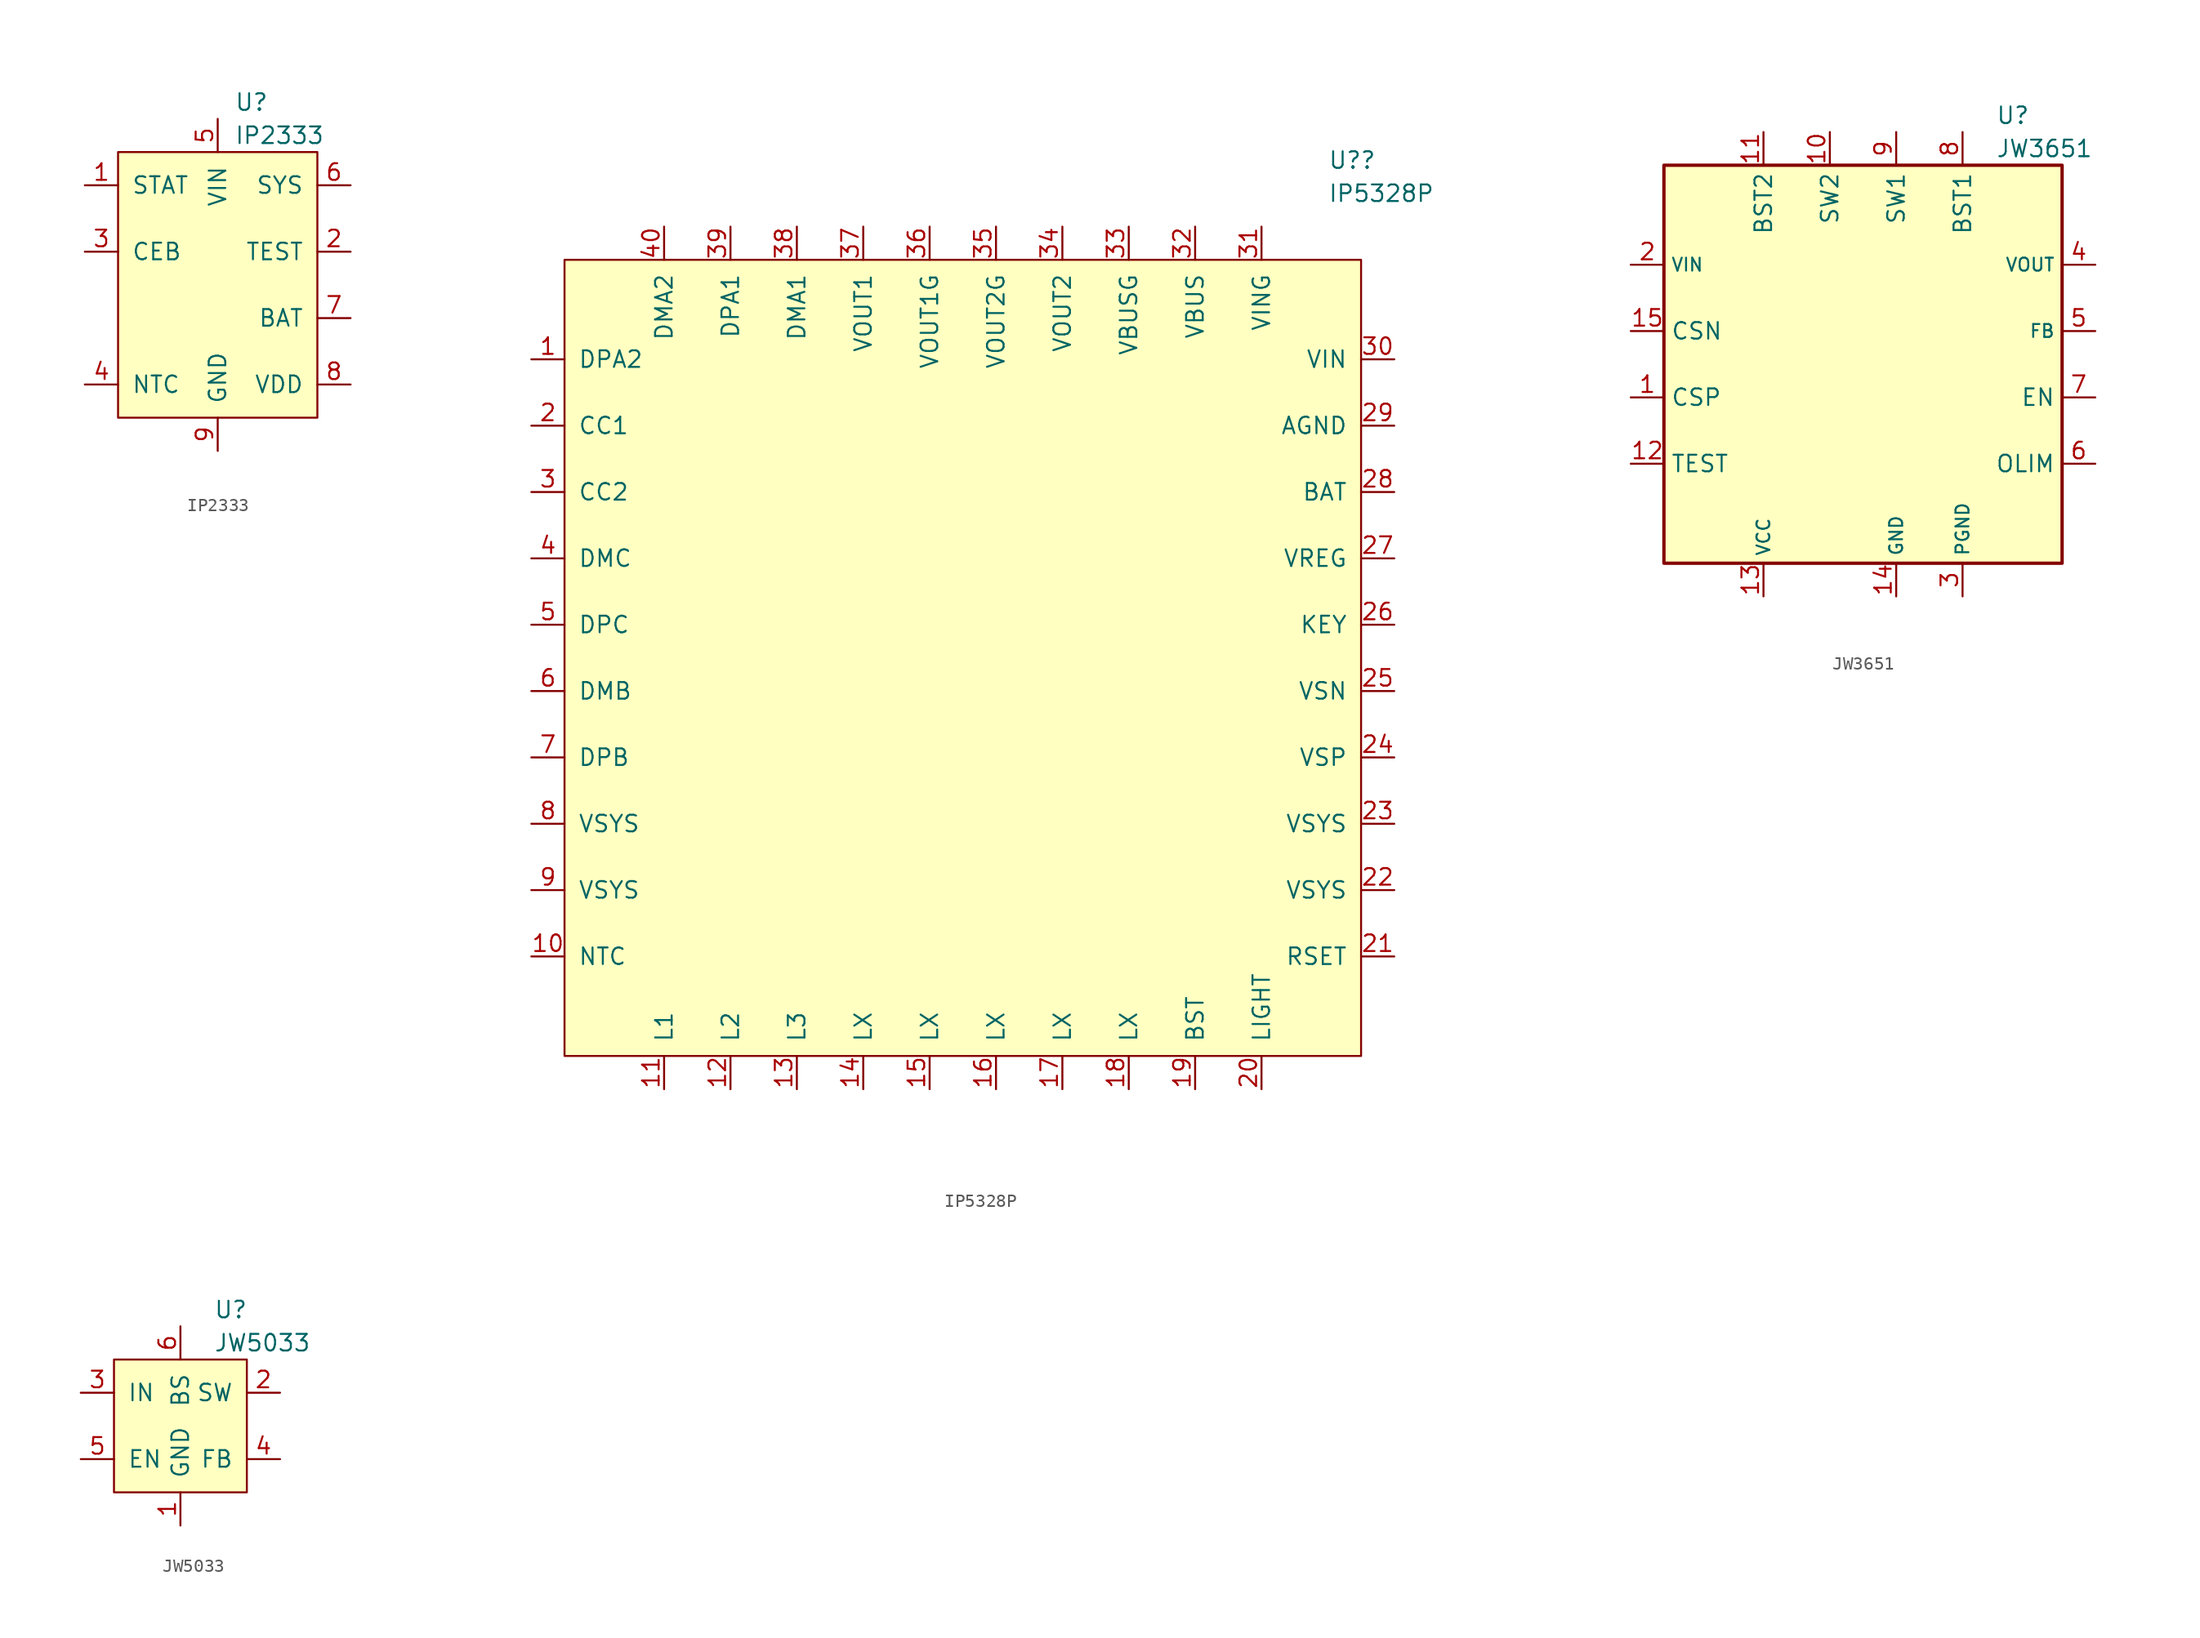
<source format=kicad_sym>
(kicad_symbol_lib
  (version 20241209)
  (generator "kicad_symbol_editor")
  (generator_version "9.0")
  (symbol "IP2333"
    (pin_names
      (offset 1.016))
    (property "Reference" "U"
      (at 1.27 13.97 0)
      (effects (font (size 1.27 1.27)) (justify left)))
    (property "Value" "IP2333"
      (at 1.27 11.43 0)
      (effects (font (size 1.27 1.27)) (justify left)))
    (symbol "IP2333_0_1"
      (rectangle (start -7.62 10.16) (end 7.62 -10.16) (stroke (width 0) (type default)) (fill (type background))))
    (symbol "IP2333_1_1"
      (pin output line (at -10.16 7.62 0) (length 2.54) (name "STAT" (effects (font (size 1.27 1.27)))) (number "1" (effects (font (size 1.27 1.27)))))
      (pin input line (at -10.16 2.54 0) (length 2.54) (name "CEB" (effects (font (size 1.27 1.27)))) (number "3" (effects (font (size 1.27 1.27)))))
      (pin input line (at -10.16 -7.62 0) (length 2.54) (name "NTC" (effects (font (size 1.27 1.27)))) (number "4" (effects (font (size 1.27 1.27)))))
      (pin power_in line (at 0 12.7 270) (length 2.54) (name "VIN" (effects (font (size 1.27 1.27)))) (number "5" (effects (font (size 1.27 1.27)))))
      (pin power_in line (at 0 -12.7 90) (length 2.54) (name "GND" (effects (font (size 1.27 1.27)))) (number "9" (effects (font (size 1.27 1.27)))))
      (pin power_out line (at 10.16 7.62 180) (length 2.54) (name "SYS" (effects (font (size 1.27 1.27)))) (number "6" (effects (font (size 1.27 1.27)))))
      (pin input line (at 10.16 2.54 180) (length 2.54) (name "TEST" (effects (font (size 1.27 1.27)))) (number "2" (effects (font (size 1.27 1.27)))))
      (pin power_out line (at 10.16 -2.54 180) (length 2.54) (name "BAT" (effects (font (size 1.27 1.27)))) (number "7" (effects (font (size 1.27 1.27)))))
      (pin power_out line (at 10.16 -7.62 180) (length 2.54) (name "VDD" (effects (font (size 1.27 1.27)))) (number "8" (effects (font (size 1.27 1.27)))))))
  (symbol "IP5328P"
    (pin_names
      (offset 1.016))
    (property "Reference" "U?"
      (at 27.94 38.1 0)
      (effects (font (size 1.27 1.27)) (justify left)))
    (property "Value" "IP5328P"
      (at 27.94 35.56 0)
      (effects (font (size 1.27 1.27)) (justify left)))
    (symbol "IP5328P_0_1"
      (rectangle (start -30.48 30.48) (end 30.48 -30.48) (stroke (width 0) (type default)) (fill (type background))))
    (symbol "IP5328P_1_1"
      (pin bidirectional line (at -33.02 22.86 0) (length 2.54) (name "DPA2" (effects (font (size 1.27 1.27)))) (number "1" (effects (font (size 1.27 1.27)))))
      (pin input line (at -33.02 17.78 0) (length 2.54) (name "CC1" (effects (font (size 1.27 1.27)))) (number "2" (effects (font (size 1.27 1.27)))))
      (pin input line (at -33.02 12.7 0) (length 2.54) (name "CC2" (effects (font (size 1.27 1.27)))) (number "3" (effects (font (size 1.27 1.27)))))
      (pin bidirectional line (at -33.02 7.62 0) (length 2.54) (name "DMC" (effects (font (size 1.27 1.27)))) (number "4" (effects (font (size 1.27 1.27)))))
      (pin bidirectional line (at -33.02 2.54 0) (length 2.54) (name "DPC" (effects (font (size 1.27 1.27)))) (number "5" (effects (font (size 1.27 1.27)))))
      (pin bidirectional line (at -33.02 -2.54 0) (length 2.54) (name "DMB" (effects (font (size 1.27 1.27)))) (number "6" (effects (font (size 1.27 1.27)))))
      (pin bidirectional line (at -33.02 -7.62 0) (length 2.54) (name "DPB" (effects (font (size 1.27 1.27)))) (number "7" (effects (font (size 1.27 1.27)))))
      (pin power_in line (at -33.02 -12.7 0) (length 2.54) (name "VSYS" (effects (font (size 1.27 1.27)))) (number "8" (effects (font (size 1.27 1.27)))))
      (pin power_in line (at -33.02 -17.78 0) (length 2.54) (name "VSYS" (effects (font (size 1.27 1.27)))) (number "9" (effects (font (size 1.27 1.27)))))
      (pin input line (at -33.02 -22.86 0) (length 2.54) (name "NTC" (effects (font (size 1.27 1.27)))) (number "10" (effects (font (size 1.27 1.27)))))
      (pin bidirectional line (at -22.86 33.02 270) (length 2.54) (name "DMA2" (effects (font (size 1.27 1.27)))) (number "40" (effects (font (size 1.27 1.27)))))
      (pin bidirectional line (at -22.86 -33.02 90) (length 2.54) (name "L1" (effects (font (size 1.27 1.27)))) (number "11" (effects (font (size 1.27 1.27)))))
      (pin bidirectional line (at -17.78 33.02 270) (length 2.54) (name "DPA1" (effects (font (size 1.27 1.27)))) (number "39" (effects (font (size 1.27 1.27)))))
      (pin bidirectional line (at -17.78 -33.02 90) (length 2.54) (name "L2" (effects (font (size 1.27 1.27)))) (number "12" (effects (font (size 1.27 1.27)))))
      (pin bidirectional line (at -12.7 33.02 270) (length 2.54) (name "DMA1" (effects (font (size 1.27 1.27)))) (number "38" (effects (font (size 1.27 1.27)))))
      (pin bidirectional line (at -12.7 -33.02 90) (length 2.54) (name "L3" (effects (font (size 1.27 1.27)))) (number "13" (effects (font (size 1.27 1.27)))))
      (pin input line (at -7.62 33.02 270) (length 2.54) (name "VOUT1" (effects (font (size 1.27 1.27)))) (number "37" (effects (font (size 1.27 1.27)))))
      (pin power_out line (at -7.62 -33.02 90) (length 2.54) (name "LX" (effects (font (size 1.27 1.27)))) (number "14" (effects (font (size 1.27 1.27)))))
      (pin output line (at -2.54 33.02 270) (length 2.54) (name "VOUT1G" (effects (font (size 1.27 1.27)))) (number "36" (effects (font (size 1.27 1.27)))))
      (pin power_out line (at -2.54 -33.02 90) (length 2.54) (name "LX" (effects (font (size 1.27 1.27)))) (number "15" (effects (font (size 1.27 1.27)))))
      (pin output line (at 2.54 33.02 270) (length 2.54) (name "VOUT2G" (effects (font (size 1.27 1.27)))) (number "35" (effects (font (size 1.27 1.27)))))
      (pin power_out line (at 2.54 -33.02 90) (length 2.54) (name "LX" (effects (font (size 1.27 1.27)))) (number "16" (effects (font (size 1.27 1.27)))))
      (pin input line (at 7.62 33.02 270) (length 2.54) (name "VOUT2" (effects (font (size 1.27 1.27)))) (number "34" (effects (font (size 1.27 1.27)))))
      (pin power_out line (at 7.62 -33.02 90) (length 2.54) (name "LX" (effects (font (size 1.27 1.27)))) (number "17" (effects (font (size 1.27 1.27)))))
      (pin output line (at 12.7 33.02 270) (length 2.54) (name "VBUSG" (effects (font (size 1.27 1.27)))) (number "33" (effects (font (size 1.27 1.27)))))
      (pin power_out line (at 12.7 -33.02 90) (length 2.54) (name "LX" (effects (font (size 1.27 1.27)))) (number "18" (effects (font (size 1.27 1.27)))))
      (pin input line (at 17.78 33.02 270) (length 2.54) (name "VBUS" (effects (font (size 1.27 1.27)))) (number "32" (effects (font (size 1.27 1.27)))))
      (pin input line (at 17.78 -33.02 90) (length 2.54) (name "BST" (effects (font (size 1.27 1.27)))) (number "19" (effects (font (size 1.27 1.27)))))
      (pin output line (at 22.86 33.02 270) (length 2.54) (name "VING" (effects (font (size 1.27 1.27)))) (number "31" (effects (font (size 1.27 1.27)))))
      (pin output line (at 22.86 -33.02 90) (length 2.54) (name "LIGHT" (effects (font (size 1.27 1.27)))) (number "20" (effects (font (size 1.27 1.27)))))
      (pin input line (at 33.02 22.86 180) (length 2.54) (name "VIN" (effects (font (size 1.27 1.27)))) (number "30" (effects (font (size 1.27 1.27)))))
      (pin power_in line (at 33.02 17.78 180) (length 2.54) (name "AGND" (effects (font (size 1.27 1.27)))) (number "29" (effects (font (size 1.27 1.27)))))
      (pin power_in line (at 33.02 17.78 180) (length 2.54) (hide yes) (name "AGND" (effects (font (size 1.27 1.27)))) (number "41" (effects (font (size 1.27 1.27)))))
      (pin power_in line (at 33.02 12.7 180) (length 2.54) (name "BAT" (effects (font (size 1.27 1.27)))) (number "28" (effects (font (size 1.27 1.27)))))
      (pin power_out line (at 33.02 7.62 180) (length 2.54) (name "VREG" (effects (font (size 1.27 1.27)))) (number "27" (effects (font (size 1.27 1.27)))))
      (pin input line (at 33.02 2.54 180) (length 2.54) (name "KEY" (effects (font (size 1.27 1.27)))) (number "26" (effects (font (size 1.27 1.27)))))
      (pin input line (at 33.02 -2.54 180) (length 2.54) (name "VSN" (effects (font (size 1.27 1.27)))) (number "25" (effects (font (size 1.27 1.27)))))
      (pin input line (at 33.02 -7.62 180) (length 2.54) (name "VSP" (effects (font (size 1.27 1.27)))) (number "24" (effects (font (size 1.27 1.27)))))
      (pin power_in line (at 33.02 -12.7 180) (length 2.54) (name "VSYS" (effects (font (size 1.27 1.27)))) (number "23" (effects (font (size 1.27 1.27)))))
      (pin power_in line (at 33.02 -17.78 180) (length 2.54) (name "VSYS" (effects (font (size 1.27 1.27)))) (number "22" (effects (font (size 1.27 1.27)))))
      (pin power_out line (at 33.02 -22.86 180) (length 2.54) (name "RSET" (effects (font (size 1.27 1.27)))) (number "21" (effects (font (size 1.27 1.27)))))))
  (symbol "JW3651"
    (property "Reference" "U"
      (at 10.16 19.05 0)
      (effects (font (size 1.27 1.27)) (justify left)))
    (property "Value" "JW3651"
      (at 10.16 16.51 0)
      (effects (font (size 1.27 1.27)) (justify left)))
    (symbol "JW3651_0_1"
      (rectangle (start -15.24 15.24) (end 15.24 -15.24) (stroke (width 0.254) (type default)) (fill (type background))))
    (symbol "JW3651_1_1"
      (pin power_in line (at -17.78 7.62 0) (length 2.54) (name "VIN" (effects (font (size 0.991 0.991)))) (number "2" (effects (font (size 1.27 1.27)))))
      (pin input line (at -17.78 2.54 0) (length 2.54) (name "CSN" (effects (font (size 1.27 1.27)))) (number "15" (effects (font (size 1.27 1.27)))))
      (pin input line (at -17.78 -2.54 0) (length 2.54) (name "CSP" (effects (font (size 1.27 1.27)))) (number "1" (effects (font (size 1.27 1.27)))))
      (pin input line (at -17.78 -7.62 0) (length 2.54) (name "TEST" (effects (font (size 1.27 1.27)))) (number "12" (effects (font (size 1.27 1.27)))))
      (pin input line (at -7.62 17.78 270) (length 2.54) (name "BST2" (effects (font (size 1.27 1.27)))) (number "11" (effects (font (size 1.27 1.27)))))
      (pin power_in line (at -7.62 -17.78 90) (length 2.54) (name "VCC" (effects (font (size 0.991 0.991)))) (number "13" (effects (font (size 1.27 1.27)))))
      (pin power_out line (at -2.54 17.78 270) (length 2.54) (name "SW2" (effects (font (size 1.27 1.27)))) (number "10" (effects (font (size 1.27 1.27)))))
      (pin power_out line (at 2.54 17.78 270) (length 2.54) (name "SW1" (effects (font (size 1.27 1.27)))) (number "9" (effects (font (size 1.27 1.27)))))
      (pin power_in line (at 2.54 -17.78 90) (length 2.54) (name "GND" (effects (font (size 0.991 0.991)))) (number "14" (effects (font (size 1.27 1.27)))))
      (pin input line (at 7.62 17.78 270) (length 2.54) (name "BST1" (effects (font (size 1.27 1.27)))) (number "8" (effects (font (size 1.27 1.27)))))
      (pin power_in line (at 7.62 -17.78 90) (length 2.54) (name "PGND" (effects (font (size 0.991 0.991)))) (number "3" (effects (font (size 1.27 1.27)))))
      (pin power_out line (at 17.78 7.62 180) (length 2.54) (name "VOUT" (effects (font (size 0.991 0.991)))) (number "4" (effects (font (size 1.27 1.27)))))
      (pin input line (at 17.78 2.54 180) (length 2.54) (name "FB" (effects (font (size 0.991 0.991)))) (number "5" (effects (font (size 1.27 1.27)))))
      (pin input line (at 17.78 -2.54 180) (length 2.54) (name "EN" (effects (font (size 1.27 1.27)))) (number "7" (effects (font (size 1.27 1.27)))))
      (pin input line (at 17.78 -7.62 180) (length 2.54) (name "OLIM" (effects (font (size 1.27 1.27)))) (number "6" (effects (font (size 1.27 1.27)))))))
  (symbol "JW5033"
    (pin_names
      (offset 1.016))
    (property "Reference" "U"
      (at 2.54 8.89 0)
      (effects (font (size 1.27 1.27)) (justify left)))
    (property "Value" "JW5033"
      (at 2.54 6.35 0)
      (effects (font (size 1.27 1.27)) (justify left)))
    (symbol "JW5033_0_1"
      (rectangle (start -5.08 5.08) (end 5.08 -5.08) (stroke (width 0) (type default)) (fill (type background))))
    (symbol "JW5033_1_1"
      (pin power_in line (at -7.62 2.54 0) (length 2.54) (name "IN" (effects (font (size 1.27 1.27)))) (number "3" (effects (font (size 1.27 1.27)))))
      (pin input line (at -7.62 -2.54 0) (length 2.54) (name "EN" (effects (font (size 1.27 1.27)))) (number "5" (effects (font (size 1.27 1.27)))))
      (pin input line (at 0 7.62 270) (length 2.54) (name "BS" (effects (font (size 1.27 1.27)))) (number "6" (effects (font (size 1.27 1.27)))))
      (pin power_in line (at 0 -7.62 90) (length 2.54) (name "GND" (effects (font (size 1.27 1.27)))) (number "1" (effects (font (size 1.27 1.27)))))
      (pin power_out line (at 7.62 2.54 180) (length 2.54) (name "SW" (effects (font (size 1.27 1.27)))) (number "2" (effects (font (size 1.27 1.27)))))
      (pin input line (at 7.62 -2.54 180) (length 2.54) (name "FB" (effects (font (size 1.27 1.27)))) (number "4" (effects (font (size 1.27 1.27))))))))
</source>
